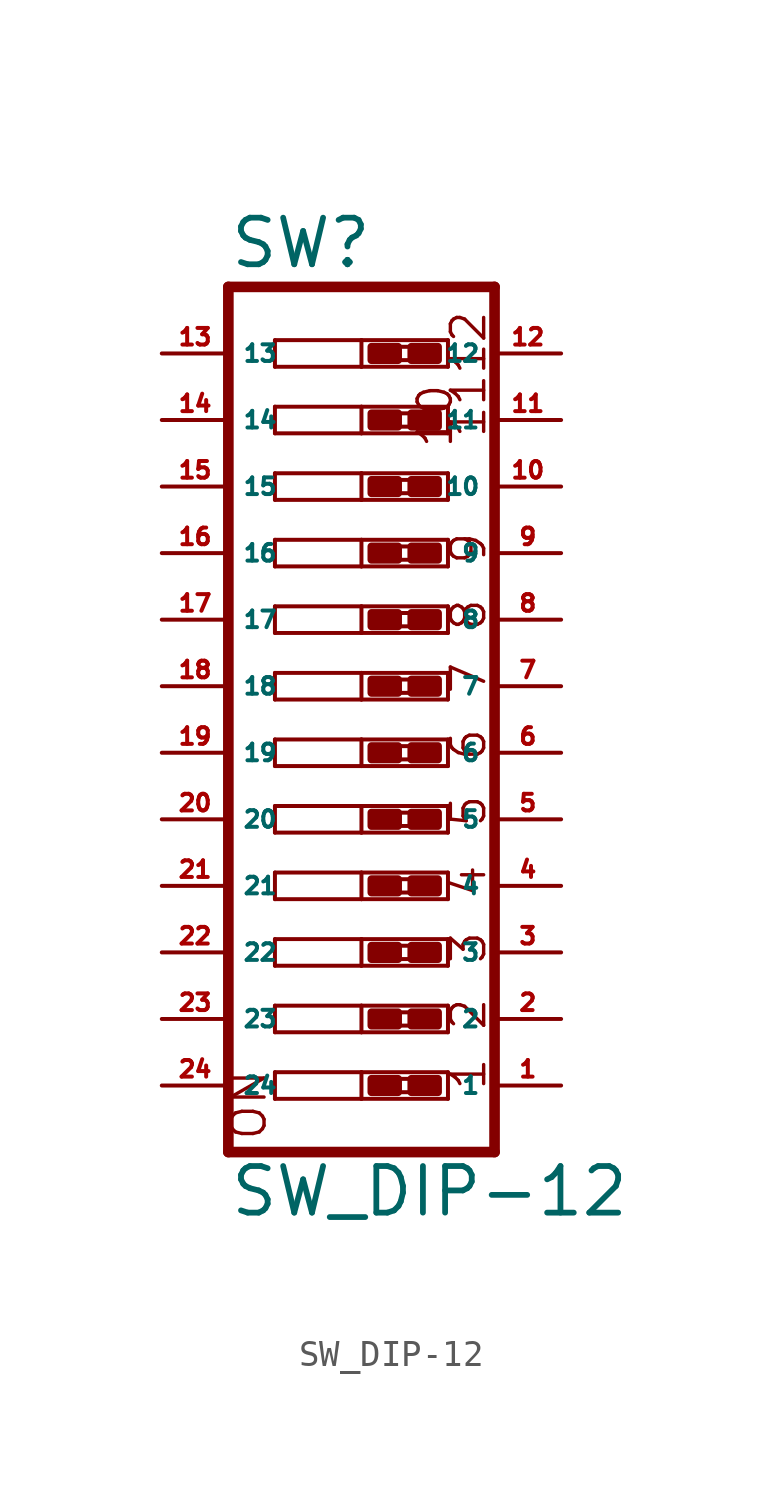
<source format=kicad_sym>
(kicad_symbol_lib
  (version 20220914)
  (generator Eagle2Kicad)
  (symbol "SW_DIP-12"
    (property "Reference" "SW"
      (at -5.08 15.875 0)
      (effects (font (size 1.778 1.778) (thickness 0.22)) (justify left bottom)))
    (property "Value" "SW_DIP-12"
      (at -5.08 -20.32 0)
      (effects (font (size 1.778 1.778) (thickness 0.22)) (justify left bottom)))
    (polyline
      (pts (xy -3.302 5.588) (xy 0 5.588))
      (stroke (width 0.152) (type default))
      (fill (type none)))
    (polyline
      (pts (xy 3.302 5.588) (xy 3.302 4.572))
      (stroke (width 0.152) (type default))
      (fill (type none)))
    (polyline
      (pts (xy 3.302 4.572) (xy 0 4.572))
      (stroke (width 0.152) (type default))
      (fill (type none)))
    (polyline
      (pts (xy -3.302 4.572) (xy -3.302 5.588))
      (stroke (width 0.152) (type default))
      (fill (type none)))
    (polyline
      (pts (xy 0 5.588) (xy 0 4.572))
      (stroke (width 0.152) (type default))
      (fill (type none)))
    (polyline
      (pts (xy 0 5.588) (xy 3.302 5.588))
      (stroke (width 0.152) (type default))
      (fill (type none)))
    (polyline
      (pts (xy 0 4.572) (xy -3.302 4.572))
      (stroke (width 0.152) (type default))
      (fill (type none)))
    (polyline
      (pts (xy -3.302 3.048) (xy 0 3.048))
      (stroke (width 0.152) (type default))
      (fill (type none)))
    (polyline
      (pts (xy 3.302 3.048) (xy 3.302 2.032))
      (stroke (width 0.152) (type default))
      (fill (type none)))
    (polyline
      (pts (xy 3.302 2.032) (xy 0 2.032))
      (stroke (width 0.152) (type default))
      (fill (type none)))
    (polyline
      (pts (xy -3.302 2.032) (xy -3.302 3.048))
      (stroke (width 0.152) (type default))
      (fill (type none)))
    (polyline
      (pts (xy 0 3.048) (xy 0 2.032))
      (stroke (width 0.152) (type default))
      (fill (type none)))
    (polyline
      (pts (xy 0 3.048) (xy 3.302 3.048))
      (stroke (width 0.152) (type default))
      (fill (type none)))
    (polyline
      (pts (xy 0 2.032) (xy -3.302 2.032))
      (stroke (width 0.152) (type default))
      (fill (type none)))
    (polyline
      (pts (xy -3.302 0.508) (xy 0 0.508))
      (stroke (width 0.152) (type default))
      (fill (type none)))
    (polyline
      (pts (xy 3.302 0.508) (xy 3.302 -0.508))
      (stroke (width 0.152) (type default))
      (fill (type none)))
    (polyline
      (pts (xy 3.302 -0.508) (xy 0 -0.508))
      (stroke (width 0.152) (type default))
      (fill (type none)))
    (polyline
      (pts (xy -3.302 -0.508) (xy -3.302 0.508))
      (stroke (width 0.152) (type default))
      (fill (type none)))
    (polyline
      (pts (xy 0 0.508) (xy 0 -0.508))
      (stroke (width 0.152) (type default))
      (fill (type none)))
    (polyline
      (pts (xy 0 0.508) (xy 3.302 0.508))
      (stroke (width 0.152) (type default))
      (fill (type none)))
    (polyline
      (pts (xy 0 -0.508) (xy -3.302 -0.508))
      (stroke (width 0.152) (type default))
      (fill (type none)))
    (polyline
      (pts (xy -3.302 -2.032) (xy 0 -2.032))
      (stroke (width 0.152) (type default))
      (fill (type none)))
    (polyline
      (pts (xy 3.302 -2.032) (xy 3.302 -3.048))
      (stroke (width 0.152) (type default))
      (fill (type none)))
    (polyline
      (pts (xy 3.302 -3.048) (xy 0 -3.048))
      (stroke (width 0.152) (type default))
      (fill (type none)))
    (polyline
      (pts (xy -3.302 -3.048) (xy -3.302 -2.032))
      (stroke (width 0.152) (type default))
      (fill (type none)))
    (polyline
      (pts (xy 0 -2.032) (xy 0 -3.048))
      (stroke (width 0.152) (type default))
      (fill (type none)))
    (polyline
      (pts (xy 0 -2.032) (xy 3.302 -2.032))
      (stroke (width 0.152) (type default))
      (fill (type none)))
    (polyline
      (pts (xy 0 -3.048) (xy -3.302 -3.048))
      (stroke (width 0.152) (type default))
      (fill (type none)))
    (polyline
      (pts (xy -3.302 -4.572) (xy 0 -4.572))
      (stroke (width 0.152) (type default))
      (fill (type none)))
    (polyline
      (pts (xy 3.302 -4.572) (xy 3.302 -5.588))
      (stroke (width 0.152) (type default))
      (fill (type none)))
    (polyline
      (pts (xy 3.302 -5.588) (xy 0 -5.588))
      (stroke (width 0.152) (type default))
      (fill (type none)))
    (polyline
      (pts (xy -3.302 -5.588) (xy -3.302 -4.572))
      (stroke (width 0.152) (type default))
      (fill (type none)))
    (polyline
      (pts (xy 0 -4.572) (xy 0 -5.588))
      (stroke (width 0.152) (type default))
      (fill (type none)))
    (polyline
      (pts (xy 0 -4.572) (xy 3.302 -4.572))
      (stroke (width 0.152) (type default))
      (fill (type none)))
    (polyline
      (pts (xy 0 -5.588) (xy -3.302 -5.588))
      (stroke (width 0.152) (type default))
      (fill (type none)))
    (polyline
      (pts (xy -3.302 -7.112) (xy 0 -7.112))
      (stroke (width 0.152) (type default))
      (fill (type none)))
    (polyline
      (pts (xy 3.302 -7.112) (xy 3.302 -8.128))
      (stroke (width 0.152) (type default))
      (fill (type none)))
    (polyline
      (pts (xy 3.302 -8.128) (xy 0 -8.128))
      (stroke (width 0.152) (type default))
      (fill (type none)))
    (polyline
      (pts (xy -3.302 -8.128) (xy -3.302 -7.112))
      (stroke (width 0.152) (type default))
      (fill (type none)))
    (polyline
      (pts (xy 0 -7.112) (xy 0 -8.128))
      (stroke (width 0.152) (type default))
      (fill (type none)))
    (polyline
      (pts (xy 0 -7.112) (xy 3.302 -7.112))
      (stroke (width 0.152) (type default))
      (fill (type none)))
    (polyline
      (pts (xy 0 -8.128) (xy -3.302 -8.128))
      (stroke (width 0.152) (type default))
      (fill (type none)))
    (polyline
      (pts (xy -3.302 -9.652) (xy 0 -9.652))
      (stroke (width 0.152) (type default))
      (fill (type none)))
    (polyline
      (pts (xy 3.302 -9.652) (xy 3.302 -10.668))
      (stroke (width 0.152) (type default))
      (fill (type none)))
    (polyline
      (pts (xy 3.302 -10.668) (xy 0 -10.668))
      (stroke (width 0.152) (type default))
      (fill (type none)))
    (polyline
      (pts (xy -3.302 -10.668) (xy -3.302 -9.652))
      (stroke (width 0.152) (type default))
      (fill (type none)))
    (polyline
      (pts (xy 0 -9.652) (xy 0 -10.668))
      (stroke (width 0.152) (type default))
      (fill (type none)))
    (polyline
      (pts (xy 0 -9.652) (xy 3.302 -9.652))
      (stroke (width 0.152) (type default))
      (fill (type none)))
    (polyline
      (pts (xy 0 -10.668) (xy -3.302 -10.668))
      (stroke (width 0.152) (type default))
      (fill (type none)))
    (polyline
      (pts (xy -3.302 -12.192) (xy 0 -12.192))
      (stroke (width 0.152) (type default))
      (fill (type none)))
    (polyline
      (pts (xy 3.302 -12.192) (xy 3.302 -13.208))
      (stroke (width 0.152) (type default))
      (fill (type none)))
    (polyline
      (pts (xy 3.302 -13.208) (xy 0 -13.208))
      (stroke (width 0.152) (type default))
      (fill (type none)))
    (polyline
      (pts (xy -3.302 -13.208) (xy -3.302 -12.192))
      (stroke (width 0.152) (type default))
      (fill (type none)))
    (polyline
      (pts (xy 0 -12.192) (xy 0 -13.208))
      (stroke (width 0.152) (type default))
      (fill (type none)))
    (polyline
      (pts (xy 0 -12.192) (xy 3.302 -12.192))
      (stroke (width 0.152) (type default))
      (fill (type none)))
    (polyline
      (pts (xy 0 -13.208) (xy -3.302 -13.208))
      (stroke (width 0.152) (type default))
      (fill (type none)))
    (polyline
      (pts (xy -3.302 -14.732) (xy 0 -14.732))
      (stroke (width 0.152) (type default))
      (fill (type none)))
    (polyline
      (pts (xy 3.302 -14.732) (xy 3.302 -15.748))
      (stroke (width 0.152) (type default))
      (fill (type none)))
    (polyline
      (pts (xy 3.302 -15.748) (xy 0 -15.748))
      (stroke (width 0.152) (type default))
      (fill (type none)))
    (polyline
      (pts (xy -3.302 -15.748) (xy -3.302 -14.732))
      (stroke (width 0.152) (type default))
      (fill (type none)))
    (polyline
      (pts (xy 0 -14.732) (xy 0 -15.748))
      (stroke (width 0.152) (type default))
      (fill (type none)))
    (polyline
      (pts (xy 0 -14.732) (xy 3.302 -14.732))
      (stroke (width 0.152) (type default))
      (fill (type none)))
    (polyline
      (pts (xy 0 -15.748) (xy -3.302 -15.748))
      (stroke (width 0.152) (type default))
      (fill (type none)))
    (polyline
      (pts (xy -5.08 15.24) (xy -5.08 -17.78))
      (stroke (width 0.406) (type default))
      (fill (type none)))
    (polyline
      (pts (xy -5.08 -17.78) (xy 5.08 -17.78))
      (stroke (width 0.406) (type default))
      (fill (type none)))
    (polyline
      (pts (xy 5.08 -17.78) (xy 5.08 15.24))
      (stroke (width 0.406) (type default))
      (fill (type none)))
    (polyline
      (pts (xy 5.08 15.24) (xy -5.08 15.24))
      (stroke (width 0.406) (type default))
      (fill (type none)))
    (polyline
      (pts (xy 1.397 2.794) (xy 1.905 2.794))
      (stroke (width 0) (type default))
      (fill (type none)))
    (polyline
      (pts (xy 1.397 2.286) (xy 1.905 2.286))
      (stroke (width 0) (type default))
      (fill (type none)))
    (polyline
      (pts (xy 1.397 5.334) (xy 1.905 5.334))
      (stroke (width 0) (type default))
      (fill (type none)))
    (polyline
      (pts (xy 1.397 4.826) (xy 1.905 4.826))
      (stroke (width 0) (type default))
      (fill (type none)))
    (polyline
      (pts (xy 1.397 0.254) (xy 1.905 0.254))
      (stroke (width 0) (type default))
      (fill (type none)))
    (polyline
      (pts (xy 1.397 -0.254) (xy 1.905 -0.254))
      (stroke (width 0) (type default))
      (fill (type none)))
    (polyline
      (pts (xy 1.397 -2.286) (xy 1.905 -2.286))
      (stroke (width 0) (type default))
      (fill (type none)))
    (polyline
      (pts (xy 1.397 -2.794) (xy 1.905 -2.794))
      (stroke (width 0) (type default))
      (fill (type none)))
    (polyline
      (pts (xy 1.397 -4.826) (xy 1.905 -4.826))
      (stroke (width 0) (type default))
      (fill (type none)))
    (polyline
      (pts (xy 1.397 -5.334) (xy 1.905 -5.334))
      (stroke (width 0) (type default))
      (fill (type none)))
    (polyline
      (pts (xy 1.397 -7.366) (xy 1.905 -7.366))
      (stroke (width 0) (type default))
      (fill (type none)))
    (polyline
      (pts (xy 1.397 -7.874) (xy 1.905 -7.874))
      (stroke (width 0) (type default))
      (fill (type none)))
    (polyline
      (pts (xy 1.397 -9.906) (xy 1.905 -9.906))
      (stroke (width 0) (type default))
      (fill (type none)))
    (polyline
      (pts (xy 1.397 -10.414) (xy 1.905 -10.414))
      (stroke (width 0) (type default))
      (fill (type none)))
    (polyline
      (pts (xy 1.397 -12.446) (xy 1.905 -12.446))
      (stroke (width 0) (type default))
      (fill (type none)))
    (polyline
      (pts (xy 1.397 -12.954) (xy 1.905 -12.954))
      (stroke (width 0) (type default))
      (fill (type none)))
    (polyline
      (pts (xy 1.397 -14.986) (xy 1.905 -14.986))
      (stroke (width 0) (type default))
      (fill (type none)))
    (polyline
      (pts (xy 1.397 -15.494) (xy 1.905 -15.494))
      (stroke (width 0) (type default))
      (fill (type none)))
    (polyline
      (pts (xy -3.302 8.128) (xy 0 8.128))
      (stroke (width 0.152) (type default))
      (fill (type none)))
    (polyline
      (pts (xy 3.302 8.128) (xy 3.302 7.112))
      (stroke (width 0.152) (type default))
      (fill (type none)))
    (polyline
      (pts (xy 3.302 7.112) (xy 0 7.112))
      (stroke (width 0.152) (type default))
      (fill (type none)))
    (polyline
      (pts (xy -3.302 7.112) (xy -3.302 8.128))
      (stroke (width 0.152) (type default))
      (fill (type none)))
    (polyline
      (pts (xy 0 8.128) (xy 0 7.112))
      (stroke (width 0.152) (type default))
      (fill (type none)))
    (polyline
      (pts (xy 0 8.128) (xy 3.302 8.128))
      (stroke (width 0.152) (type default))
      (fill (type none)))
    (polyline
      (pts (xy 0 7.112) (xy -3.302 7.112))
      (stroke (width 0.152) (type default))
      (fill (type none)))
    (polyline
      (pts (xy 1.397 7.874) (xy 1.905 7.874))
      (stroke (width 0) (type default))
      (fill (type none)))
    (polyline
      (pts (xy 1.397 7.366) (xy 1.905 7.366))
      (stroke (width 0) (type default))
      (fill (type none)))
    (polyline
      (pts (xy -3.302 10.668) (xy 0 10.668))
      (stroke (width 0.152) (type default))
      (fill (type none)))
    (polyline
      (pts (xy 3.302 10.668) (xy 3.302 9.652))
      (stroke (width 0.152) (type default))
      (fill (type none)))
    (polyline
      (pts (xy 3.302 9.652) (xy 0 9.652))
      (stroke (width 0.152) (type default))
      (fill (type none)))
    (polyline
      (pts (xy -3.302 9.652) (xy -3.302 10.668))
      (stroke (width 0.152) (type default))
      (fill (type none)))
    (polyline
      (pts (xy 0 10.668) (xy 0 9.652))
      (stroke (width 0.152) (type default))
      (fill (type none)))
    (polyline
      (pts (xy 0 10.668) (xy 3.302 10.668))
      (stroke (width 0.152) (type default))
      (fill (type none)))
    (polyline
      (pts (xy 0 9.652) (xy -3.302 9.652))
      (stroke (width 0.152) (type default))
      (fill (type none)))
    (polyline
      (pts (xy 1.397 10.414) (xy 1.905 10.414))
      (stroke (width 0) (type default))
      (fill (type none)))
    (polyline
      (pts (xy 1.397 9.906) (xy 1.905 9.906))
      (stroke (width 0) (type default))
      (fill (type none)))
    (polyline
      (pts (xy -3.302 13.208) (xy 0 13.208))
      (stroke (width 0.152) (type default))
      (fill (type none)))
    (polyline
      (pts (xy 3.302 13.208) (xy 3.302 12.192))
      (stroke (width 0.152) (type default))
      (fill (type none)))
    (polyline
      (pts (xy 3.302 12.192) (xy 0 12.192))
      (stroke (width 0.152) (type default))
      (fill (type none)))
    (polyline
      (pts (xy -3.302 12.192) (xy -3.302 13.208))
      (stroke (width 0.152) (type default))
      (fill (type none)))
    (polyline
      (pts (xy 0 13.208) (xy 0 12.192))
      (stroke (width 0.152) (type default))
      (fill (type none)))
    (polyline
      (pts (xy 0 13.208) (xy 3.302 13.208))
      (stroke (width 0.152) (type default))
      (fill (type none)))
    (polyline
      (pts (xy 0 12.192) (xy -3.302 12.192))
      (stroke (width 0.152) (type default))
      (fill (type none)))
    (polyline
      (pts (xy 1.397 12.954) (xy 1.905 12.954))
      (stroke (width 0) (type default))
      (fill (type none)))
    (polyline
      (pts (xy 1.397 12.446) (xy 1.905 12.446))
      (stroke (width 0) (type default))
      (fill (type none)))
    (text "1"
      (at 4.826 -15.494 900)
      (effects (font (size 1.27 1.27) (thickness 0.13)) (justify left bottom)))
    (text "2"
      (at 4.826 -13.208 900)
      (effects (font (size 1.27 1.27) (thickness 0.13)) (justify left bottom)))
    (text "3"
      (at 4.826 -10.668 900)
      (effects (font (size 1.27 1.27) (thickness 0.13)) (justify left bottom)))
    (text "4"
      (at 4.826 -8.128 900)
      (effects (font (size 1.27 1.27) (thickness 0.13)) (justify left bottom)))
    (text "5"
      (at 4.826 -5.461 900)
      (effects (font (size 1.27 1.27) (thickness 0.13)) (justify left bottom)))
    (text "6"
      (at 4.826 -2.921 900)
      (effects (font (size 1.27 1.27) (thickness 0.13)) (justify left bottom)))
    (text "7"
      (at 4.826 -0.381 900)
      (effects (font (size 1.27 1.27) (thickness 0.13)) (justify left bottom)))
    (text "8"
      (at 4.826 2.032 900)
      (effects (font (size 1.27 1.27) (thickness 0.13)) (justify left bottom)))
    (text "9"
      (at 4.826 4.572 900)
      (effects (font (size 1.27 1.27) (thickness 0.13)) (justify left bottom)))
    (text "ON"
      (at -3.556 -17.399 900)
      (effects (font (size 1.27 1.27) (thickness 0.13)) (justify left bottom)))
    (text "10"
      (at 3.556 9.017 2700)
      (effects (font (size 1.27 1.27) (thickness 0.13)) (justify left bottom)))
    (text "11"
      (at 4.826 9.398 900)
      (effects (font (size 1.27 1.27) (thickness 0.13)) (justify left bottom)))
    (text "12"
      (at 4.826 11.811 900)
      (effects (font (size 1.27 1.27) (thickness 0.13)) (justify left bottom)))
    (rectangle
      (start 0.381 2.286)
      (end 1.397 2.794)
      (stroke (width 0.3) (type default))
      (fill (type outline)))
    (rectangle
      (start 1.905 2.286)
      (end 2.921 2.794)
      (stroke (width 0.3) (type default))
      (fill (type outline)))
    (rectangle
      (start 0.381 4.826)
      (end 1.397 5.334)
      (stroke (width 0.3) (type default))
      (fill (type outline)))
    (rectangle
      (start 1.905 4.826)
      (end 2.921 5.334)
      (stroke (width 0.3) (type default))
      (fill (type outline)))
    (rectangle
      (start 0.381 -0.254)
      (end 1.397 0.254)
      (stroke (width 0.3) (type default))
      (fill (type outline)))
    (rectangle
      (start 1.905 -0.254)
      (end 2.921 0.254)
      (stroke (width 0.3) (type default))
      (fill (type outline)))
    (rectangle
      (start 0.381 -2.794)
      (end 1.397 -2.286)
      (stroke (width 0.3) (type default))
      (fill (type outline)))
    (rectangle
      (start 1.905 -2.794)
      (end 2.921 -2.286)
      (stroke (width 0.3) (type default))
      (fill (type outline)))
    (rectangle
      (start 0.381 -5.334)
      (end 1.397 -4.826)
      (stroke (width 0.3) (type default))
      (fill (type outline)))
    (rectangle
      (start 1.905 -5.334)
      (end 2.921 -4.826)
      (stroke (width 0.3) (type default))
      (fill (type outline)))
    (rectangle
      (start 0.381 -7.874)
      (end 1.397 -7.366)
      (stroke (width 0.3) (type default))
      (fill (type outline)))
    (rectangle
      (start 1.905 -7.874)
      (end 2.921 -7.366)
      (stroke (width 0.3) (type default))
      (fill (type outline)))
    (rectangle
      (start 0.381 -10.414)
      (end 1.397 -9.906)
      (stroke (width 0.3) (type default))
      (fill (type outline)))
    (rectangle
      (start 1.905 -10.414)
      (end 2.921 -9.906)
      (stroke (width 0.3) (type default))
      (fill (type outline)))
    (rectangle
      (start 0.381 -12.954)
      (end 1.397 -12.446)
      (stroke (width 0.3) (type default))
      (fill (type outline)))
    (rectangle
      (start 1.905 -12.954)
      (end 2.921 -12.446)
      (stroke (width 0.3) (type default))
      (fill (type outline)))
    (rectangle
      (start 0.381 -15.494)
      (end 1.397 -14.986)
      (stroke (width 0.3) (type default))
      (fill (type outline)))
    (rectangle
      (start 1.905 -15.494)
      (end 2.921 -14.986)
      (stroke (width 0.3) (type default))
      (fill (type outline)))
    (rectangle
      (start 0.381 7.366)
      (end 1.397 7.874)
      (stroke (width 0.3) (type default))
      (fill (type outline)))
    (rectangle
      (start 1.905 7.366)
      (end 2.921 7.874)
      (stroke (width 0.3) (type default))
      (fill (type outline)))
    (rectangle
      (start 0.381 9.906)
      (end 1.397 10.414)
      (stroke (width 0.3) (type default))
      (fill (type outline)))
    (rectangle
      (start 1.905 9.906)
      (end 2.921 10.414)
      (stroke (width 0.3) (type default))
      (fill (type outline)))
    (rectangle
      (start 0.381 12.446)
      (end 1.397 12.954)
      (stroke (width 0.3) (type default))
      (fill (type outline)))
    (rectangle
      (start 1.905 12.446)
      (end 2.921 12.954)
      (stroke (width 0.3) (type default))
      (fill (type outline)))
    (pin passive line
      (at -7.62 5.08 0)
      (length 2.54)
      (name "16" (effects (font (size 0.635 0.635) (thickness 0.08)) (justify left bottom)))
      (number "16" (effects (font (size 0.635 0.635) (thickness 0.08)) (justify left bottom))))
    (pin passive line
      (at -7.62 2.54 0)
      (length 2.54)
      (name "17" (effects (font (size 0.635 0.635) (thickness 0.08)) (justify left bottom)))
      (number "17" (effects (font (size 0.635 0.635) (thickness 0.08)) (justify left bottom))))
    (pin passive line
      (at -7.62 0 0)
      (length 2.54)
      (name "18" (effects (font (size 0.635 0.635) (thickness 0.08)) (justify left bottom)))
      (number "18" (effects (font (size 0.635 0.635) (thickness 0.08)) (justify left bottom))))
    (pin passive line
      (at -7.62 -2.54 0)
      (length 2.54)
      (name "19" (effects (font (size 0.635 0.635) (thickness 0.08)) (justify left bottom)))
      (number "19" (effects (font (size 0.635 0.635) (thickness 0.08)) (justify left bottom))))
    (pin passive line
      (at -7.62 -5.08 0)
      (length 2.54)
      (name "20" (effects (font (size 0.635 0.635) (thickness 0.08)) (justify left bottom)))
      (number "20" (effects (font (size 0.635 0.635) (thickness 0.08)) (justify left bottom))))
    (pin passive line
      (at -7.62 -7.62 0)
      (length 2.54)
      (name "21" (effects (font (size 0.635 0.635) (thickness 0.08)) (justify left bottom)))
      (number "21" (effects (font (size 0.635 0.635) (thickness 0.08)) (justify left bottom))))
    (pin passive line
      (at -7.62 -10.16 0)
      (length 2.54)
      (name "22" (effects (font (size 0.635 0.635) (thickness 0.08)) (justify left bottom)))
      (number "22" (effects (font (size 0.635 0.635) (thickness 0.08)) (justify left bottom))))
    (pin passive line
      (at -7.62 -12.7 0)
      (length 2.54)
      (name "23" (effects (font (size 0.635 0.635) (thickness 0.08)) (justify left bottom)))
      (number "23" (effects (font (size 0.635 0.635) (thickness 0.08)) (justify left bottom))))
    (pin passive line
      (at -7.62 -15.24 0)
      (length 2.54)
      (name "24" (effects (font (size 0.635 0.635) (thickness 0.08)) (justify left bottom)))
      (number "24" (effects (font (size 0.635 0.635) (thickness 0.08)) (justify left bottom))))
    (pin passive line
      (at 7.62 -15.24 180)
      (length 2.54)
      (name "1" (effects (font (size 0.635 0.635) (thickness 0.08)) (justify left bottom)))
      (number "1" (effects (font (size 0.635 0.635) (thickness 0.08)) (justify left bottom))))
    (pin passive line
      (at 7.62 -12.7 180)
      (length 2.54)
      (name "2" (effects (font (size 0.635 0.635) (thickness 0.08)) (justify left bottom)))
      (number "2" (effects (font (size 0.635 0.635) (thickness 0.08)) (justify left bottom))))
    (pin passive line
      (at 7.62 -10.16 180)
      (length 2.54)
      (name "3" (effects (font (size 0.635 0.635) (thickness 0.08)) (justify left bottom)))
      (number "3" (effects (font (size 0.635 0.635) (thickness 0.08)) (justify left bottom))))
    (pin passive line
      (at 7.62 -7.62 180)
      (length 2.54)
      (name "4" (effects (font (size 0.635 0.635) (thickness 0.08)) (justify left bottom)))
      (number "4" (effects (font (size 0.635 0.635) (thickness 0.08)) (justify left bottom))))
    (pin passive line
      (at 7.62 -5.08 180)
      (length 2.54)
      (name "5" (effects (font (size 0.635 0.635) (thickness 0.08)) (justify left bottom)))
      (number "5" (effects (font (size 0.635 0.635) (thickness 0.08)) (justify left bottom))))
    (pin passive line
      (at 7.62 -2.54 180)
      (length 2.54)
      (name "6" (effects (font (size 0.635 0.635) (thickness 0.08)) (justify left bottom)))
      (number "6" (effects (font (size 0.635 0.635) (thickness 0.08)) (justify left bottom))))
    (pin passive line
      (at 7.62 0 180)
      (length 2.54)
      (name "7" (effects (font (size 0.635 0.635) (thickness 0.08)) (justify left bottom)))
      (number "7" (effects (font (size 0.635 0.635) (thickness 0.08)) (justify left bottom))))
    (pin passive line
      (at 7.62 2.54 180)
      (length 2.54)
      (name "8" (effects (font (size 0.635 0.635) (thickness 0.08)) (justify left bottom)))
      (number "8" (effects (font (size 0.635 0.635) (thickness 0.08)) (justify left bottom))))
    (pin passive line
      (at 7.62 5.08 180)
      (length 2.54)
      (name "9" (effects (font (size 0.635 0.635) (thickness 0.08)) (justify left bottom)))
      (number "9" (effects (font (size 0.635 0.635) (thickness 0.08)) (justify left bottom))))
    (pin passive line
      (at 7.62 7.62 180)
      (length 2.54)
      (name "10" (effects (font (size 0.635 0.635) (thickness 0.08)) (justify left bottom)))
      (number "10" (effects (font (size 0.635 0.635) (thickness 0.08)) (justify left bottom))))
    (pin passive line
      (at -7.62 7.62 0)
      (length 2.54)
      (name "15" (effects (font (size 0.635 0.635) (thickness 0.08)) (justify left bottom)))
      (number "15" (effects (font (size 0.635 0.635) (thickness 0.08)) (justify left bottom))))
    (pin passive line
      (at 7.62 10.16 180)
      (length 2.54)
      (name "11" (effects (font (size 0.635 0.635) (thickness 0.08)) (justify left bottom)))
      (number "11" (effects (font (size 0.635 0.635) (thickness 0.08)) (justify left bottom))))
    (pin passive line
      (at 7.62 12.7 180)
      (length 2.54)
      (name "12" (effects (font (size 0.635 0.635) (thickness 0.08)) (justify left bottom)))
      (number "12" (effects (font (size 0.635 0.635) (thickness 0.08)) (justify left bottom))))
    (pin passive line
      (at -7.62 12.7 0)
      (length 2.54)
      (name "13" (effects (font (size 0.635 0.635) (thickness 0.08)) (justify left bottom)))
      (number "13" (effects (font (size 0.635 0.635) (thickness 0.08)) (justify left bottom))))
    (pin passive line
      (at -7.62 10.16 0)
      (length 2.54)
      (name "14" (effects (font (size 0.635 0.635) (thickness 0.08)) (justify left bottom)))
      (number "14" (effects (font (size 0.635 0.635) (thickness 0.08)) (justify left bottom))))))
</source>
